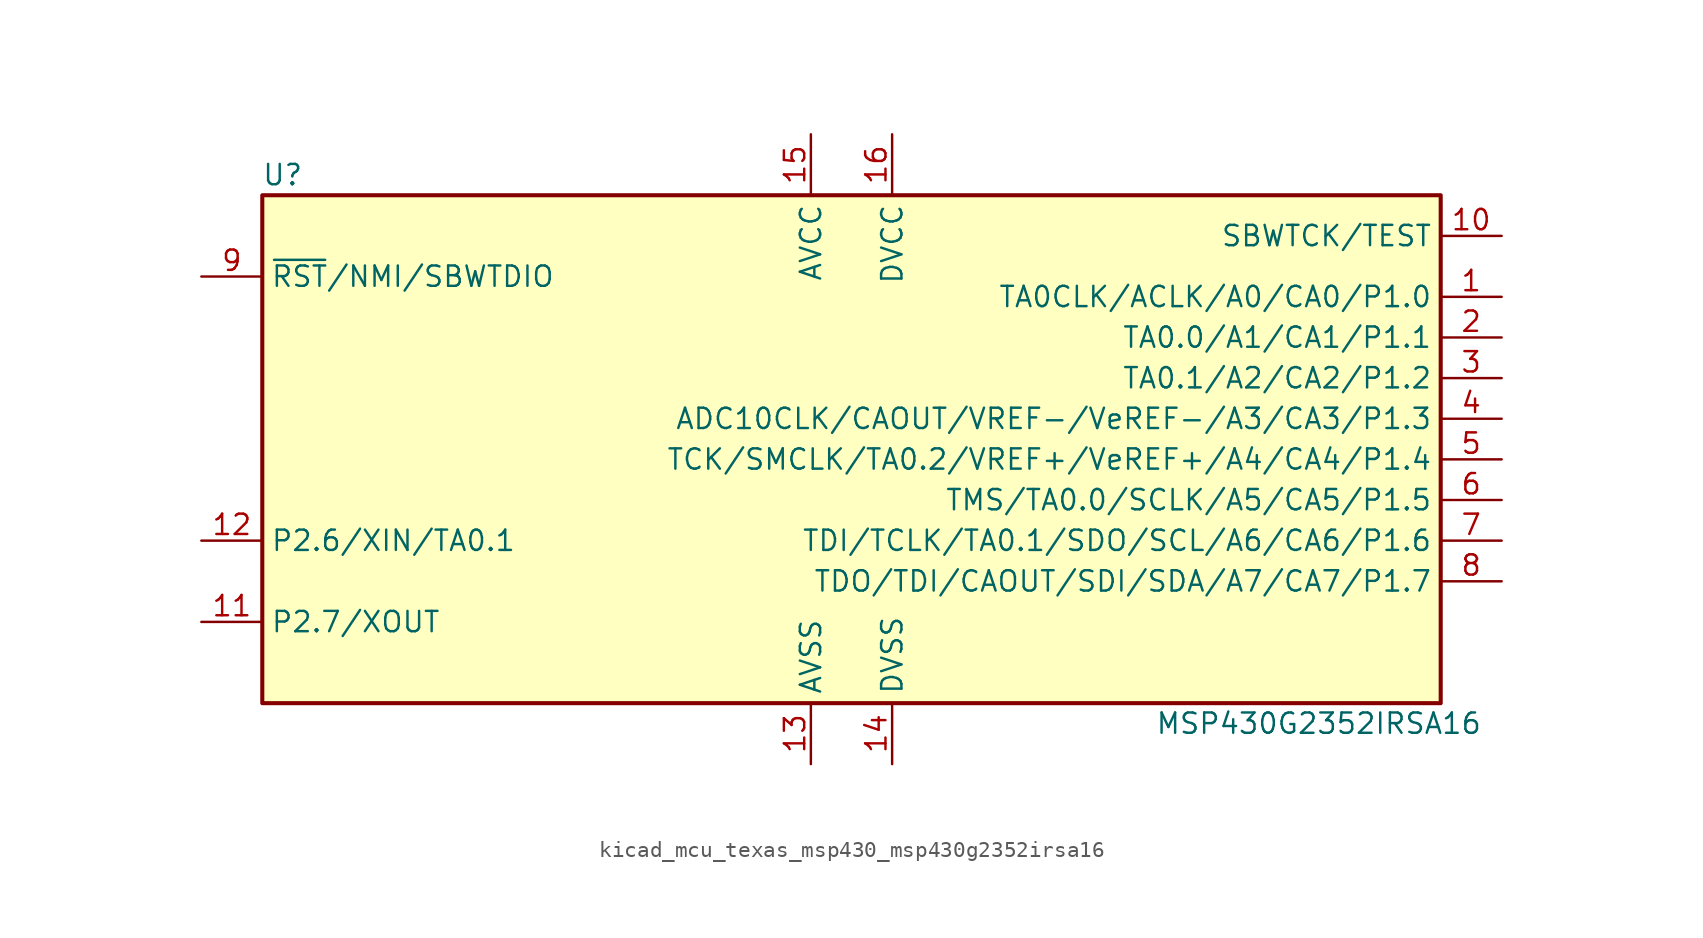
<source format=kicad_sym>
(kicad_symbol_lib
  (version 20220914)
  (generator kicad_symbol_editor)
  (symbol "kicad_mcu_texas_msp430_msp430g2352irsa16"
    (property "Reference" "U"
      (at -35.56 17.78 0)
      (effects (font (size 1.27 1.27))))
    (property "Value" "MSP430G2352IRSA16"
      (at 29.21 -16.51 0)
      (effects (font (size 1.27 1.27))))
    (symbol "kicad_mcu_texas_msp430_msp430g2352irsa16_0_1"
      (rectangle (start -36.83 16.51) (end 36.83 -15.24) (stroke (width 0.254) (type default)) (fill (type background))))
    (symbol "kicad_mcu_texas_msp430_msp430g2352irsa16_1_1"
      (pin bidirectional line (at 40.64 10.16 180) (length 3.81) (name "TA0CLK/ACLK/A0/CA0/P1.0" (effects (font (size 1.27 1.27)))) (number "1" (effects (font (size 1.27 1.27)))))
      (pin input line (at 40.64 13.97 180) (length 3.81) (name "SBWTCK/TEST" (effects (font (size 1.27 1.27)))) (number "10" (effects (font (size 1.27 1.27)))))
      (pin bidirectional line (at -40.64 -10.16 0) (length 3.81) (name "P2.7/XOUT" (effects (font (size 1.27 1.27)))) (number "11" (effects (font (size 1.27 1.27)))))
      (pin bidirectional line (at -40.64 -5.08 0) (length 3.81) (name "P2.6/XIN/TA0.1" (effects (font (size 1.27 1.27)))) (number "12" (effects (font (size 1.27 1.27)))))
      (pin power_in line (at -2.54 -19.05 90) (length 3.81) (name "AVSS" (effects (font (size 1.27 1.27)))) (number "13" (effects (font (size 1.27 1.27)))))
      (pin power_in line (at 2.54 -19.05 90) (length 3.81) (name "DVSS" (effects (font (size 1.27 1.27)))) (number "14" (effects (font (size 1.27 1.27)))))
      (pin power_in line (at -2.54 20.32 270) (length 3.81) (name "AVCC" (effects (font (size 1.27 1.27)))) (number "15" (effects (font (size 1.27 1.27)))))
      (pin power_in line (at 2.54 20.32 270) (length 3.81) (name "DVCC" (effects (font (size 1.27 1.27)))) (number "16" (effects (font (size 1.27 1.27)))))
      (pin bidirectional line (at 40.64 7.62 180) (length 3.81) (name "TA0.0/A1/CA1/P1.1" (effects (font (size 1.27 1.27)))) (number "2" (effects (font (size 1.27 1.27)))))
      (pin bidirectional line (at 40.64 5.08 180) (length 3.81) (name "TA0.1/A2/CA2/P1.2" (effects (font (size 1.27 1.27)))) (number "3" (effects (font (size 1.27 1.27)))))
      (pin bidirectional line (at 40.64 2.54 180) (length 3.81) (name "ADC10CLK/CAOUT/VREF-/VeREF-/A3/CA3/P1.3" (effects (font (size 1.27 1.27)))) (number "4" (effects (font (size 1.27 1.27)))))
      (pin bidirectional line (at 40.64 0 180) (length 3.81) (name "TCK/SMCLK/TA0.2/VREF+/VeREF+/A4/CA4/P1.4" (effects (font (size 1.27 1.27)))) (number "5" (effects (font (size 1.27 1.27)))))
      (pin bidirectional line (at 40.64 -2.54 180) (length 3.81) (name "TMS/TA0.0/SCLK/A5/CA5/P1.5" (effects (font (size 1.27 1.27)))) (number "6" (effects (font (size 1.27 1.27)))))
      (pin bidirectional line (at 40.64 -5.08 180) (length 3.81) (name "TDI/TCLK/TA0.1/SDO/SCL/A6/CA6/P1.6" (effects (font (size 1.27 1.27)))) (number "7" (effects (font (size 1.27 1.27)))))
      (pin bidirectional line (at 40.64 -7.62 180) (length 3.81) (name "TDO/TDI/CAOUT/SDI/SDA/A7/CA7/P1.7" (effects (font (size 1.27 1.27)))) (number "8" (effects (font (size 1.27 1.27)))))
      (pin input line (at -40.64 11.43 0) (length 3.81) (name "~{RST}/NMI/SBWTDIO" (effects (font (size 1.27 1.27)))) (number "9" (effects (font (size 1.27 1.27))))))))
</source>
